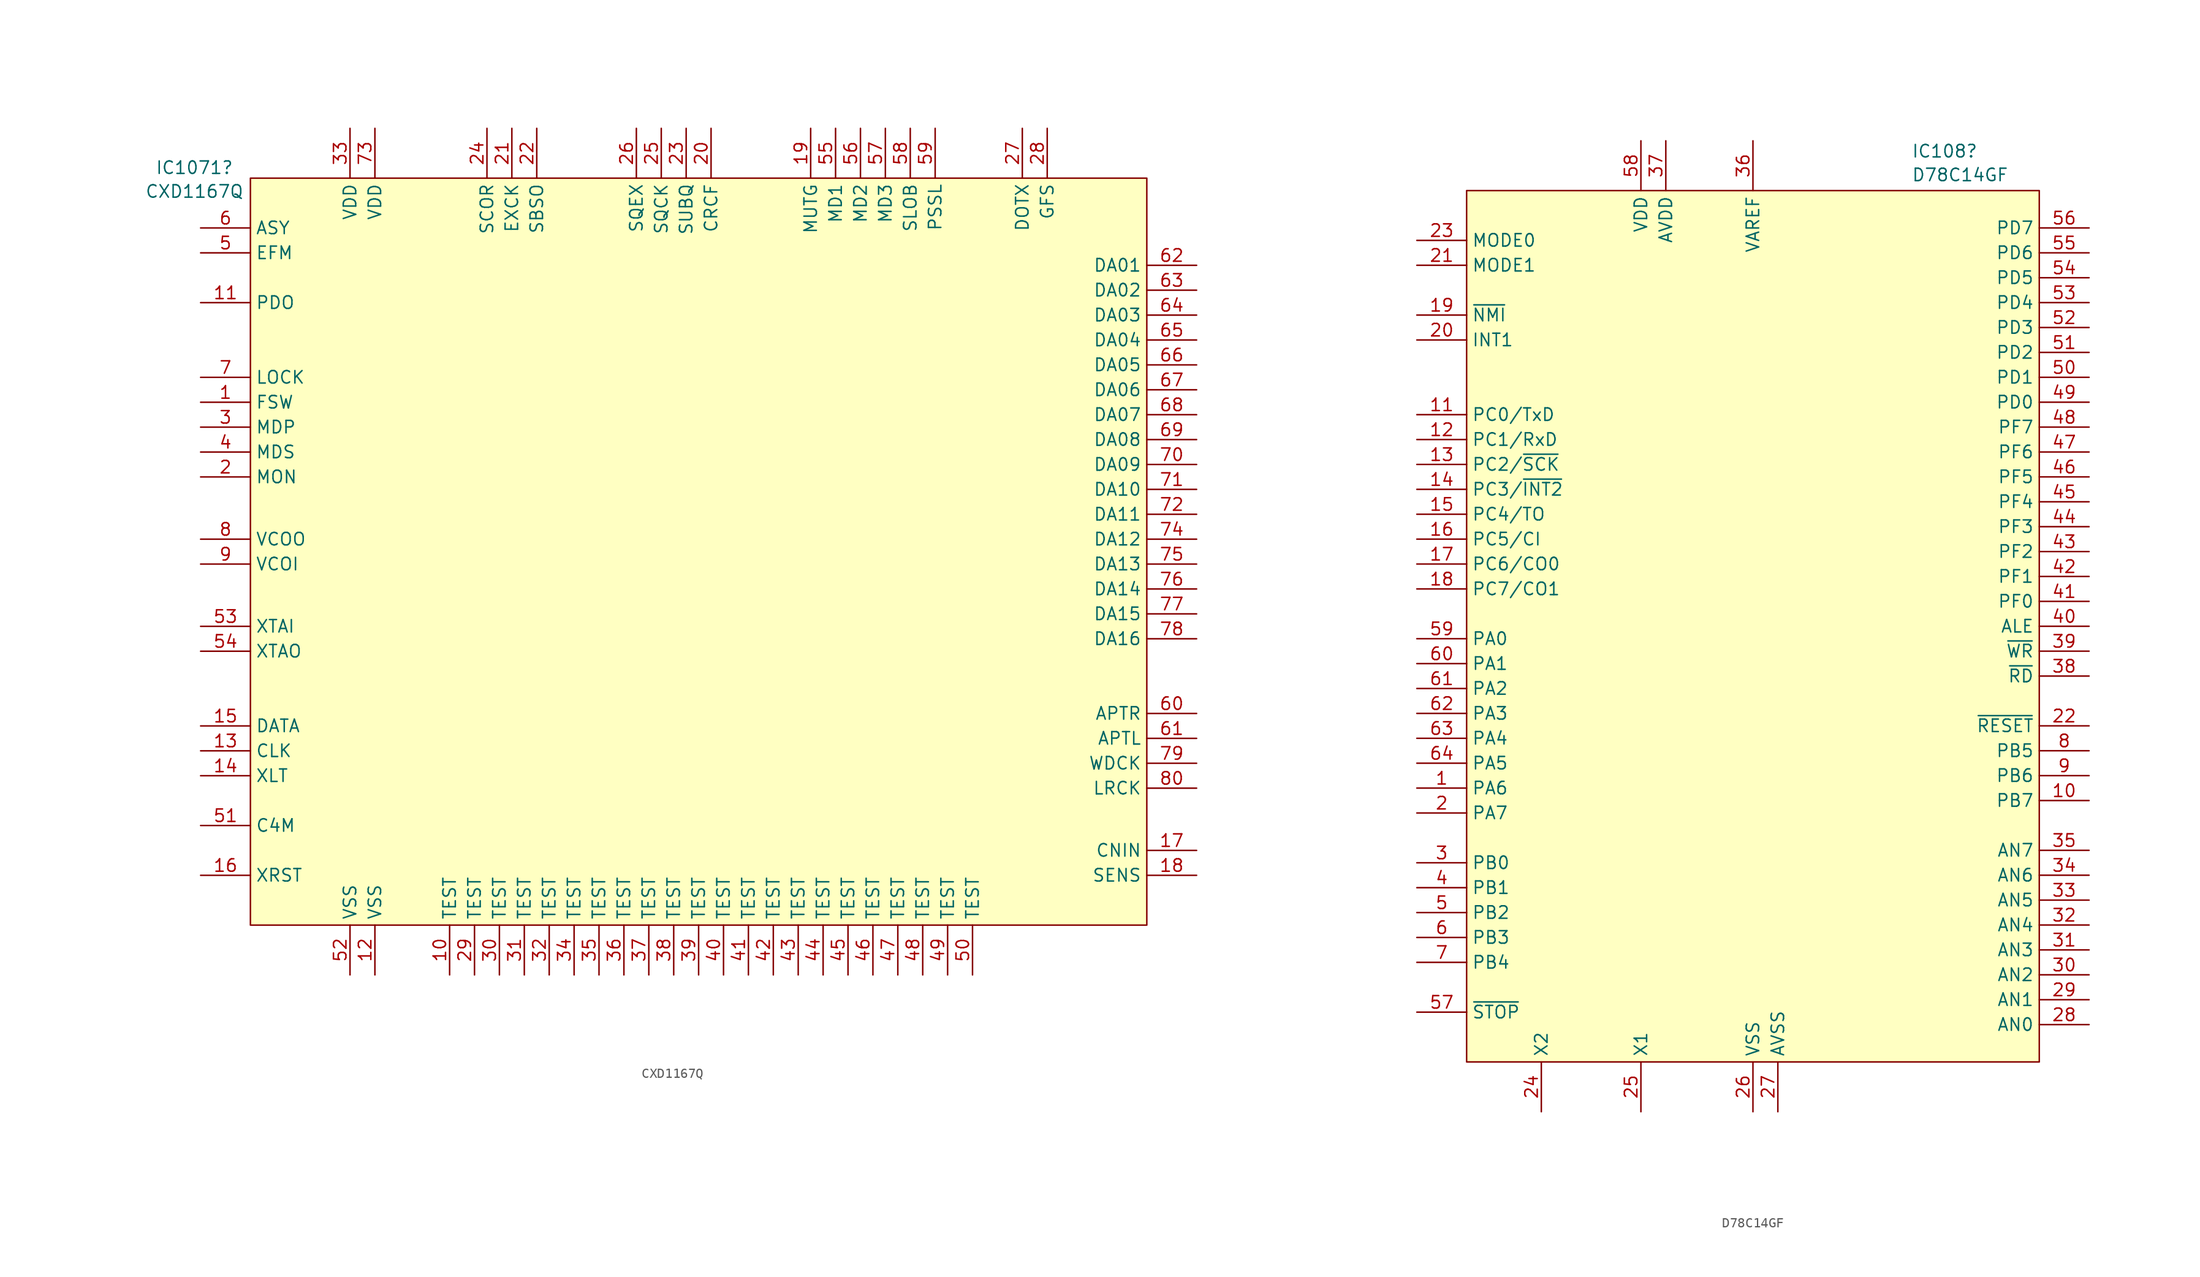
<source format=kicad_sym>
(kicad_symbol_lib
  (version 20231120)
  (generator "kicad_symbol_editor")
  (generator_version "8.0")
  (symbol "CXD1167Q"
    (property "Reference" "IC1071"
      (at -51.425 39.165 0)
      (effects (font (size 1.27 1.27))))
    (property "Value" "CXD1167Q"
      (at -51.425 36.741 0)
      (effects (font (size 1.27 1.27))))
    (symbol "CXD1167Q_1_1"
      (rectangle (start -45.72 38.1) (end 45.72 -38.1) (stroke (width 0) (type default)) (fill (type background)))
      (pin output line (at -50.8 15.24 0) (length 5.08) (name "FSW" (effects (font (size 1.27 1.27)))) (number "1" (effects (font (size 1.27 1.27)))))
      (pin input line (at -25.4 -43.18 90) (length 5.08) (name "TEST" (effects (font (size 1.27 1.27)))) (number "10" (effects (font (size 1.27 1.27)))))
      (pin output line (at -50.8 25.4 0) (length 5.08) (name "PDO" (effects (font (size 1.27 1.27)))) (number "11" (effects (font (size 1.27 1.27)))))
      (pin power_in line (at -33.02 -43.18 90) (length 5.08) (name "VSS" (effects (font (size 1.27 1.27)))) (number "12" (effects (font (size 1.27 1.27)))))
      (pin input line (at -50.8 -20.32 0) (length 5.08) (name "CLK" (effects (font (size 1.27 1.27)))) (number "13" (effects (font (size 1.27 1.27)))))
      (pin input line (at -50.8 -22.86 0) (length 5.08) (name "XLT" (effects (font (size 1.27 1.27)))) (number "14" (effects (font (size 1.27 1.27)))))
      (pin input line (at -50.8 -17.78 0) (length 5.08) (name "DATA" (effects (font (size 1.27 1.27)))) (number "15" (effects (font (size 1.27 1.27)))))
      (pin input line (at -50.8 -33.02 0) (length 5.08) (name "XRST" (effects (font (size 1.27 1.27)))) (number "16" (effects (font (size 1.27 1.27)))))
      (pin input line (at 50.8 -30.48 180) (length 5.08) (name "CNIN" (effects (font (size 1.27 1.27)))) (number "17" (effects (font (size 1.27 1.27)))))
      (pin output line (at 50.8 -33.02 180) (length 5.08) (name "SENS" (effects (font (size 1.27 1.27)))) (number "18" (effects (font (size 1.27 1.27)))))
      (pin input line (at 11.43 43.18 270) (length 5.08) (name "MUTG" (effects (font (size 1.27 1.27)))) (number "19" (effects (font (size 1.27 1.27)))))
      (pin output line (at -50.8 7.62 0) (length 5.08) (name "MON" (effects (font (size 1.27 1.27)))) (number "2" (effects (font (size 1.27 1.27)))))
      (pin output line (at 1.27 43.18 270) (length 5.08) (name "CRCF" (effects (font (size 1.27 1.27)))) (number "20" (effects (font (size 1.27 1.27)))))
      (pin input line (at -19.05 43.18 270) (length 5.08) (name "EXCK" (effects (font (size 1.27 1.27)))) (number "21" (effects (font (size 1.27 1.27)))))
      (pin output line (at -16.51 43.18 270) (length 5.08) (name "SBSO" (effects (font (size 1.27 1.27)))) (number "22" (effects (font (size 1.27 1.27)))))
      (pin output line (at -1.27 43.18 270) (length 5.08) (name "SUBQ" (effects (font (size 1.27 1.27)))) (number "23" (effects (font (size 1.27 1.27)))))
      (pin output line (at -21.59 43.18 270) (length 5.08) (name "SCOR" (effects (font (size 1.27 1.27)))) (number "24" (effects (font (size 1.27 1.27)))))
      (pin bidirectional line (at -3.81 43.18 270) (length 5.08) (name "SQCK" (effects (font (size 1.27 1.27)))) (number "25" (effects (font (size 1.27 1.27)))))
      (pin input line (at -6.35 43.18 270) (length 5.08) (name "SQEX" (effects (font (size 1.27 1.27)))) (number "26" (effects (font (size 1.27 1.27)))))
      (pin output line (at 33.02 43.18 270) (length 5.08) (name "DOTX" (effects (font (size 1.27 1.27)))) (number "27" (effects (font (size 1.27 1.27)))))
      (pin output line (at 35.56 43.18 270) (length 5.08) (name "GFS" (effects (font (size 1.27 1.27)))) (number "28" (effects (font (size 1.27 1.27)))))
      (pin input line (at -22.86 -43.18 90) (length 5.08) (name "TEST" (effects (font (size 1.27 1.27)))) (number "29" (effects (font (size 1.27 1.27)))))
      (pin output line (at -50.8 12.7 0) (length 5.08) (name "MDP" (effects (font (size 1.27 1.27)))) (number "3" (effects (font (size 1.27 1.27)))))
      (pin input line (at -20.32 -43.18 90) (length 5.08) (name "TEST" (effects (font (size 1.27 1.27)))) (number "30" (effects (font (size 1.27 1.27)))))
      (pin input line (at -17.78 -43.18 90) (length 5.08) (name "TEST" (effects (font (size 1.27 1.27)))) (number "31" (effects (font (size 1.27 1.27)))))
      (pin input line (at -15.24 -43.18 90) (length 5.08) (name "TEST" (effects (font (size 1.27 1.27)))) (number "32" (effects (font (size 1.27 1.27)))))
      (pin power_in line (at -35.56 43.18 270) (length 5.08) (name "VDD" (effects (font (size 1.27 1.27)))) (number "33" (effects (font (size 1.27 1.27)))))
      (pin input line (at -12.7 -43.18 90) (length 5.08) (name "TEST" (effects (font (size 1.27 1.27)))) (number "34" (effects (font (size 1.27 1.27)))))
      (pin input line (at -10.16 -43.18 90) (length 5.08) (name "TEST" (effects (font (size 1.27 1.27)))) (number "35" (effects (font (size 1.27 1.27)))))
      (pin input line (at -7.62 -43.18 90) (length 5.08) (name "TEST" (effects (font (size 1.27 1.27)))) (number "36" (effects (font (size 1.27 1.27)))))
      (pin input line (at -5.08 -43.18 90) (length 5.08) (name "TEST" (effects (font (size 1.27 1.27)))) (number "37" (effects (font (size 1.27 1.27)))))
      (pin input line (at -2.54 -43.18 90) (length 5.08) (name "TEST" (effects (font (size 1.27 1.27)))) (number "38" (effects (font (size 1.27 1.27)))))
      (pin input line (at 0 -43.18 90) (length 5.08) (name "TEST" (effects (font (size 1.27 1.27)))) (number "39" (effects (font (size 1.27 1.27)))))
      (pin output line (at -50.8 10.16 0) (length 5.08) (name "MDS" (effects (font (size 1.27 1.27)))) (number "4" (effects (font (size 1.27 1.27)))))
      (pin input line (at 2.54 -43.18 90) (length 5.08) (name "TEST" (effects (font (size 1.27 1.27)))) (number "40" (effects (font (size 1.27 1.27)))))
      (pin input line (at 5.08 -43.18 90) (length 5.08) (name "TEST" (effects (font (size 1.27 1.27)))) (number "41" (effects (font (size 1.27 1.27)))))
      (pin input line (at 7.62 -43.18 90) (length 5.08) (name "TEST" (effects (font (size 1.27 1.27)))) (number "42" (effects (font (size 1.27 1.27)))))
      (pin input line (at 10.16 -43.18 90) (length 5.08) (name "TEST" (effects (font (size 1.27 1.27)))) (number "43" (effects (font (size 1.27 1.27)))))
      (pin input line (at 12.7 -43.18 90) (length 5.08) (name "TEST" (effects (font (size 1.27 1.27)))) (number "44" (effects (font (size 1.27 1.27)))))
      (pin input line (at 15.24 -43.18 90) (length 5.08) (name "TEST" (effects (font (size 1.27 1.27)))) (number "45" (effects (font (size 1.27 1.27)))))
      (pin input line (at 17.78 -43.18 90) (length 5.08) (name "TEST" (effects (font (size 1.27 1.27)))) (number "46" (effects (font (size 1.27 1.27)))))
      (pin input line (at 20.32 -43.18 90) (length 5.08) (name "TEST" (effects (font (size 1.27 1.27)))) (number "47" (effects (font (size 1.27 1.27)))))
      (pin input line (at 22.86 -43.18 90) (length 5.08) (name "TEST" (effects (font (size 1.27 1.27)))) (number "48" (effects (font (size 1.27 1.27)))))
      (pin input line (at 25.4 -43.18 90) (length 5.08) (name "TEST" (effects (font (size 1.27 1.27)))) (number "49" (effects (font (size 1.27 1.27)))))
      (pin input line (at -50.8 30.48 0) (length 5.08) (name "EFM" (effects (font (size 1.27 1.27)))) (number "5" (effects (font (size 1.27 1.27)))))
      (pin input line (at 27.94 -43.18 90) (length 5.08) (name "TEST" (effects (font (size 1.27 1.27)))) (number "50" (effects (font (size 1.27 1.27)))))
      (pin output line (at -50.8 -27.94 0) (length 5.08) (name "C4M" (effects (font (size 1.27 1.27)))) (number "51" (effects (font (size 1.27 1.27)))))
      (pin power_in line (at -35.56 -43.18 90) (length 5.08) (name "VSS" (effects (font (size 1.27 1.27)))) (number "52" (effects (font (size 1.27 1.27)))))
      (pin input line (at -50.8 -7.62 0) (length 5.08) (name "XTAI" (effects (font (size 1.27 1.27)))) (number "53" (effects (font (size 1.27 1.27)))))
      (pin output line (at -50.8 -10.16 0) (length 5.08) (name "XTAO" (effects (font (size 1.27 1.27)))) (number "54" (effects (font (size 1.27 1.27)))))
      (pin input line (at 13.97 43.18 270) (length 5.08) (name "MD1" (effects (font (size 1.27 1.27)))) (number "55" (effects (font (size 1.27 1.27)))))
      (pin input line (at 16.51 43.18 270) (length 5.08) (name "MD2" (effects (font (size 1.27 1.27)))) (number "56" (effects (font (size 1.27 1.27)))))
      (pin input line (at 19.05 43.18 270) (length 5.08) (name "MD3" (effects (font (size 1.27 1.27)))) (number "57" (effects (font (size 1.27 1.27)))))
      (pin input line (at 21.59 43.18 270) (length 5.08) (name "SLOB" (effects (font (size 1.27 1.27)))) (number "58" (effects (font (size 1.27 1.27)))))
      (pin input line (at 24.13 43.18 270) (length 5.08) (name "PSSL" (effects (font (size 1.27 1.27)))) (number "59" (effects (font (size 1.27 1.27)))))
      (pin output line (at -50.8 33.02 0) (length 5.08) (name "ASY" (effects (font (size 1.27 1.27)))) (number "6" (effects (font (size 1.27 1.27)))))
      (pin output line (at 50.8 -16.51 180) (length 5.08) (name "APTR" (effects (font (size 1.27 1.27)))) (number "60" (effects (font (size 1.27 1.27)))))
      (pin output line (at 50.8 -19.05 180) (length 5.08) (name "APTL" (effects (font (size 1.27 1.27)))) (number "61" (effects (font (size 1.27 1.27)))))
      (pin output line (at 50.8 29.21 180) (length 5.08) (name "DA01" (effects (font (size 1.27 1.27)))) (number "62" (effects (font (size 1.27 1.27)))))
      (pin output line (at 50.8 26.67 180) (length 5.08) (name "DA02" (effects (font (size 1.27 1.27)))) (number "63" (effects (font (size 1.27 1.27)))))
      (pin output line (at 50.8 24.13 180) (length 5.08) (name "DA03" (effects (font (size 1.27 1.27)))) (number "64" (effects (font (size 1.27 1.27)))))
      (pin output line (at 50.8 21.59 180) (length 5.08) (name "DA04" (effects (font (size 1.27 1.27)))) (number "65" (effects (font (size 1.27 1.27)))))
      (pin output line (at 50.8 19.05 180) (length 5.08) (name "DA05" (effects (font (size 1.27 1.27)))) (number "66" (effects (font (size 1.27 1.27)))))
      (pin output line (at 50.8 16.51 180) (length 5.08) (name "DA06" (effects (font (size 1.27 1.27)))) (number "67" (effects (font (size 1.27 1.27)))))
      (pin output line (at 50.8 13.97 180) (length 5.08) (name "DA07" (effects (font (size 1.27 1.27)))) (number "68" (effects (font (size 1.27 1.27)))))
      (pin output line (at 50.8 11.43 180) (length 5.08) (name "DA08" (effects (font (size 1.27 1.27)))) (number "69" (effects (font (size 1.27 1.27)))))
      (pin output line (at -50.8 17.78 0) (length 5.08) (name "LOCK" (effects (font (size 1.27 1.27)))) (number "7" (effects (font (size 1.27 1.27)))))
      (pin output line (at 50.8 8.89 180) (length 5.08) (name "DA09" (effects (font (size 1.27 1.27)))) (number "70" (effects (font (size 1.27 1.27)))))
      (pin output line (at 50.8 6.35 180) (length 5.08) (name "DA10" (effects (font (size 1.27 1.27)))) (number "71" (effects (font (size 1.27 1.27)))))
      (pin output line (at 50.8 3.81 180) (length 5.08) (name "DA11" (effects (font (size 1.27 1.27)))) (number "72" (effects (font (size 1.27 1.27)))))
      (pin power_in line (at -33.02 43.18 270) (length 5.08) (name "VDD" (effects (font (size 1.27 1.27)))) (number "73" (effects (font (size 1.27 1.27)))))
      (pin output line (at 50.8 1.27 180) (length 5.08) (name "DA12" (effects (font (size 1.27 1.27)))) (number "74" (effects (font (size 1.27 1.27)))))
      (pin output line (at 50.8 -1.27 180) (length 5.08) (name "DA13" (effects (font (size 1.27 1.27)))) (number "75" (effects (font (size 1.27 1.27)))))
      (pin output line (at 50.8 -3.81 180) (length 5.08) (name "DA14" (effects (font (size 1.27 1.27)))) (number "76" (effects (font (size 1.27 1.27)))))
      (pin output line (at 50.8 -6.35 180) (length 5.08) (name "DA15" (effects (font (size 1.27 1.27)))) (number "77" (effects (font (size 1.27 1.27)))))
      (pin output line (at 50.8 -8.89 180) (length 5.08) (name "DA16" (effects (font (size 1.27 1.27)))) (number "78" (effects (font (size 1.27 1.27)))))
      (pin output line (at 50.8 -21.59 180) (length 5.08) (name "WDCK" (effects (font (size 1.27 1.27)))) (number "79" (effects (font (size 1.27 1.27)))))
      (pin output line (at -50.8 1.27 0) (length 5.08) (name "VCOO" (effects (font (size 1.27 1.27)))) (number "8" (effects (font (size 1.27 1.27)))))
      (pin output line (at 50.8 -24.13 180) (length 5.08) (name "LRCK" (effects (font (size 1.27 1.27)))) (number "80" (effects (font (size 1.27 1.27)))))
      (pin input line (at -50.8 -1.27 0) (length 5.08) (name "VCOI" (effects (font (size 1.27 1.27)))) (number "9" (effects (font (size 1.27 1.27)))))))
  (symbol "D78C14GF"
    (property "Reference" "IC108"
      (at 16.164 44.657 0)
      (effects (font (size 1.27 1.27)) (justify left)))
    (property "Value" "D78C14GF"
      (at 16.164 42.233 0)
      (effects (font (size 1.27 1.27)) (justify left)))
    (symbol "D78C14GF_1_1"
      (rectangle (start -29.21 40.64) (end 29.21 -48.26) (stroke (width 0) (type default)) (fill (type background)))
      (pin passive line (at -34.29 -20.32 0) (length 5.08) (name "PA6" (effects (font (size 1.27 1.27)))) (number "1" (effects (font (size 1.27 1.27)))))
      (pin passive line (at 34.29 -21.59 180) (length 5.08) (name "PB7" (effects (font (size 1.27 1.27)))) (number "10" (effects (font (size 1.27 1.27)))))
      (pin passive line (at -34.29 17.78 0) (length 5.08) (name "PC0/TxD" (effects (font (size 1.27 1.27)))) (number "11" (effects (font (size 1.27 1.27)))))
      (pin passive line (at -34.29 15.24 0) (length 5.08) (name "PC1/RxD" (effects (font (size 1.27 1.27)))) (number "12" (effects (font (size 1.27 1.27)))))
      (pin passive line (at -34.29 12.7 0) (length 5.08) (name "PC2/~{SCK}" (effects (font (size 1.27 1.27)))) (number "13" (effects (font (size 1.27 1.27)))))
      (pin passive line (at -34.29 10.16 0) (length 5.08) (name "PC3/~{INT2}" (effects (font (size 1.27 1.27)))) (number "14" (effects (font (size 1.27 1.27)))))
      (pin passive line (at -34.29 7.62 0) (length 5.08) (name "PC4/TO" (effects (font (size 1.27 1.27)))) (number "15" (effects (font (size 1.27 1.27)))))
      (pin passive line (at -34.29 5.08 0) (length 5.08) (name "PC5/CI" (effects (font (size 1.27 1.27)))) (number "16" (effects (font (size 1.27 1.27)))))
      (pin passive line (at -34.29 2.54 0) (length 5.08) (name "PC6/CO0" (effects (font (size 1.27 1.27)))) (number "17" (effects (font (size 1.27 1.27)))))
      (pin passive line (at -34.29 0 0) (length 5.08) (name "PC7/CO1" (effects (font (size 1.27 1.27)))) (number "18" (effects (font (size 1.27 1.27)))))
      (pin passive line (at -34.29 27.94 0) (length 5.08) (name "~{NMI}" (effects (font (size 1.27 1.27)))) (number "19" (effects (font (size 1.27 1.27)))))
      (pin passive line (at -34.29 -22.86 0) (length 5.08) (name "PA7" (effects (font (size 1.27 1.27)))) (number "2" (effects (font (size 1.27 1.27)))))
      (pin passive line (at -34.29 25.4 0) (length 5.08) (name "INT1" (effects (font (size 1.27 1.27)))) (number "20" (effects (font (size 1.27 1.27)))))
      (pin passive line (at -34.29 33.02 0) (length 5.08) (name "MODE1" (effects (font (size 1.27 1.27)))) (number "21" (effects (font (size 1.27 1.27)))))
      (pin passive line (at 34.29 -13.97 180) (length 5.08) (name "~{RESET}" (effects (font (size 1.27 1.27)))) (number "22" (effects (font (size 1.27 1.27)))))
      (pin passive line (at -34.29 35.56 0) (length 5.08) (name "MODE0" (effects (font (size 1.27 1.27)))) (number "23" (effects (font (size 1.27 1.27)))))
      (pin passive line (at -21.59 -53.34 90) (length 5.08) (name "X2" (effects (font (size 1.27 1.27)))) (number "24" (effects (font (size 1.27 1.27)))))
      (pin passive line (at -11.43 -53.34 90) (length 5.08) (name "X1" (effects (font (size 1.27 1.27)))) (number "25" (effects (font (size 1.27 1.27)))))
      (pin passive line (at 0 -53.34 90) (length 5.08) (name "VSS" (effects (font (size 1.27 1.27)))) (number "26" (effects (font (size 1.27 1.27)))))
      (pin passive line (at 2.54 -53.34 90) (length 5.08) (name "AVSS" (effects (font (size 1.27 1.27)))) (number "27" (effects (font (size 1.27 1.27)))))
      (pin passive line (at 34.29 -44.45 180) (length 5.08) (name "AN0" (effects (font (size 1.27 1.27)))) (number "28" (effects (font (size 1.27 1.27)))))
      (pin passive line (at 34.29 -41.91 180) (length 5.08) (name "AN1" (effects (font (size 1.27 1.27)))) (number "29" (effects (font (size 1.27 1.27)))))
      (pin passive line (at -34.29 -27.94 0) (length 5.08) (name "PB0" (effects (font (size 1.27 1.27)))) (number "3" (effects (font (size 1.27 1.27)))))
      (pin passive line (at 34.29 -39.37 180) (length 5.08) (name "AN2" (effects (font (size 1.27 1.27)))) (number "30" (effects (font (size 1.27 1.27)))))
      (pin passive line (at 34.29 -36.83 180) (length 5.08) (name "AN3" (effects (font (size 1.27 1.27)))) (number "31" (effects (font (size 1.27 1.27)))))
      (pin passive line (at 34.29 -34.29 180) (length 5.08) (name "AN4" (effects (font (size 1.27 1.27)))) (number "32" (effects (font (size 1.27 1.27)))))
      (pin passive line (at 34.29 -31.75 180) (length 5.08) (name "AN5" (effects (font (size 1.27 1.27)))) (number "33" (effects (font (size 1.27 1.27)))))
      (pin passive line (at 34.29 -29.21 180) (length 5.08) (name "AN6" (effects (font (size 1.27 1.27)))) (number "34" (effects (font (size 1.27 1.27)))))
      (pin passive line (at 34.29 -26.67 180) (length 5.08) (name "AN7" (effects (font (size 1.27 1.27)))) (number "35" (effects (font (size 1.27 1.27)))))
      (pin passive line (at 0 45.72 270) (length 5.08) (name "VAREF" (effects (font (size 1.27 1.27)))) (number "36" (effects (font (size 1.27 1.27)))))
      (pin passive line (at -8.89 45.72 270) (length 5.08) (name "AVDD" (effects (font (size 1.27 1.27)))) (number "37" (effects (font (size 1.27 1.27)))))
      (pin passive line (at 34.29 -8.89 180) (length 5.08) (name "~{RD}" (effects (font (size 1.27 1.27)))) (number "38" (effects (font (size 1.27 1.27)))))
      (pin passive line (at 34.29 -6.35 180) (length 5.08) (name "~{WR}" (effects (font (size 1.27 1.27)))) (number "39" (effects (font (size 1.27 1.27)))))
      (pin passive line (at -34.29 -30.48 0) (length 5.08) (name "PB1" (effects (font (size 1.27 1.27)))) (number "4" (effects (font (size 1.27 1.27)))))
      (pin passive line (at 34.29 -3.81 180) (length 5.08) (name "ALE" (effects (font (size 1.27 1.27)))) (number "40" (effects (font (size 1.27 1.27)))))
      (pin passive line (at 34.29 -1.27 180) (length 5.08) (name "PF0" (effects (font (size 1.27 1.27)))) (number "41" (effects (font (size 1.27 1.27)))))
      (pin passive line (at 34.29 1.27 180) (length 5.08) (name "PF1" (effects (font (size 1.27 1.27)))) (number "42" (effects (font (size 1.27 1.27)))))
      (pin passive line (at 34.29 3.81 180) (length 5.08) (name "PF2" (effects (font (size 1.27 1.27)))) (number "43" (effects (font (size 1.27 1.27)))))
      (pin passive line (at 34.29 6.35 180) (length 5.08) (name "PF3" (effects (font (size 1.27 1.27)))) (number "44" (effects (font (size 1.27 1.27)))))
      (pin passive line (at 34.29 8.89 180) (length 5.08) (name "PF4" (effects (font (size 1.27 1.27)))) (number "45" (effects (font (size 1.27 1.27)))))
      (pin passive line (at 34.29 11.43 180) (length 5.08) (name "PF5" (effects (font (size 1.27 1.27)))) (number "46" (effects (font (size 1.27 1.27)))))
      (pin passive line (at 34.29 13.97 180) (length 5.08) (name "PF6" (effects (font (size 1.27 1.27)))) (number "47" (effects (font (size 1.27 1.27)))))
      (pin passive line (at 34.29 16.51 180) (length 5.08) (name "PF7" (effects (font (size 1.27 1.27)))) (number "48" (effects (font (size 1.27 1.27)))))
      (pin passive line (at 34.29 19.05 180) (length 5.08) (name "PD0" (effects (font (size 1.27 1.27)))) (number "49" (effects (font (size 1.27 1.27)))))
      (pin passive line (at -34.29 -33.02 0) (length 5.08) (name "PB2" (effects (font (size 1.27 1.27)))) (number "5" (effects (font (size 1.27 1.27)))))
      (pin passive line (at 34.29 21.59 180) (length 5.08) (name "PD1" (effects (font (size 1.27 1.27)))) (number "50" (effects (font (size 1.27 1.27)))))
      (pin passive line (at 34.29 24.13 180) (length 5.08) (name "PD2" (effects (font (size 1.27 1.27)))) (number "51" (effects (font (size 1.27 1.27)))))
      (pin passive line (at 34.29 26.67 180) (length 5.08) (name "PD3" (effects (font (size 1.27 1.27)))) (number "52" (effects (font (size 1.27 1.27)))))
      (pin passive line (at 34.29 29.21 180) (length 5.08) (name "PD4" (effects (font (size 1.27 1.27)))) (number "53" (effects (font (size 1.27 1.27)))))
      (pin passive line (at 34.29 31.75 180) (length 5.08) (name "PD5" (effects (font (size 1.27 1.27)))) (number "54" (effects (font (size 1.27 1.27)))))
      (pin passive line (at 34.29 34.29 180) (length 5.08) (name "PD6" (effects (font (size 1.27 1.27)))) (number "55" (effects (font (size 1.27 1.27)))))
      (pin passive line (at 34.29 36.83 180) (length 5.08) (name "PD7" (effects (font (size 1.27 1.27)))) (number "56" (effects (font (size 1.27 1.27)))))
      (pin passive line (at -34.29 -43.18 0) (length 5.08) (name "~{STOP}" (effects (font (size 1.27 1.27)))) (number "57" (effects (font (size 1.27 1.27)))))
      (pin passive line (at -11.43 45.72 270) (length 5.08) (name "VDD" (effects (font (size 1.27 1.27)))) (number "58" (effects (font (size 1.27 1.27)))))
      (pin passive line (at -34.29 -5.08 0) (length 5.08) (name "PA0" (effects (font (size 1.27 1.27)))) (number "59" (effects (font (size 1.27 1.27)))))
      (pin passive line (at -34.29 -35.56 0) (length 5.08) (name "PB3" (effects (font (size 1.27 1.27)))) (number "6" (effects (font (size 1.27 1.27)))))
      (pin passive line (at -34.29 -7.62 0) (length 5.08) (name "PA1" (effects (font (size 1.27 1.27)))) (number "60" (effects (font (size 1.27 1.27)))))
      (pin passive line (at -34.29 -10.16 0) (length 5.08) (name "PA2" (effects (font (size 1.27 1.27)))) (number "61" (effects (font (size 1.27 1.27)))))
      (pin passive line (at -34.29 -12.7 0) (length 5.08) (name "PA3" (effects (font (size 1.27 1.27)))) (number "62" (effects (font (size 1.27 1.27)))))
      (pin passive line (at -34.29 -15.24 0) (length 5.08) (name "PA4" (effects (font (size 1.27 1.27)))) (number "63" (effects (font (size 1.27 1.27)))))
      (pin passive line (at -34.29 -17.78 0) (length 5.08) (name "PA5" (effects (font (size 1.27 1.27)))) (number "64" (effects (font (size 1.27 1.27)))))
      (pin passive line (at -34.29 -38.1 0) (length 5.08) (name "PB4" (effects (font (size 1.27 1.27)))) (number "7" (effects (font (size 1.27 1.27)))))
      (pin passive line (at 34.29 -16.51 180) (length 5.08) (name "PB5" (effects (font (size 1.27 1.27)))) (number "8" (effects (font (size 1.27 1.27)))))
      (pin passive line (at 34.29 -19.05 180) (length 5.08) (name "PB6" (effects (font (size 1.27 1.27)))) (number "9" (effects (font (size 1.27 1.27))))))))
</source>
